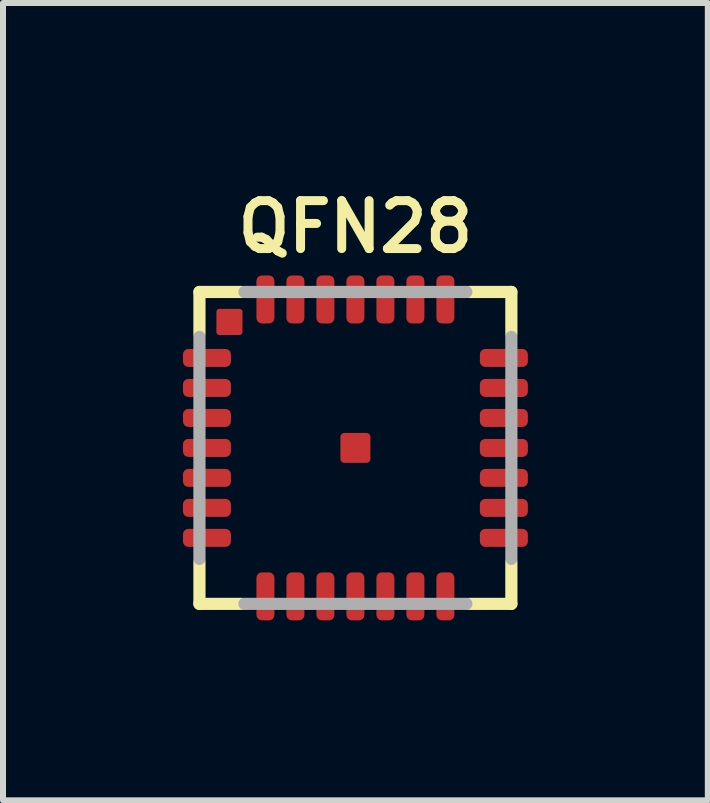
<source format=kicad_pcb>
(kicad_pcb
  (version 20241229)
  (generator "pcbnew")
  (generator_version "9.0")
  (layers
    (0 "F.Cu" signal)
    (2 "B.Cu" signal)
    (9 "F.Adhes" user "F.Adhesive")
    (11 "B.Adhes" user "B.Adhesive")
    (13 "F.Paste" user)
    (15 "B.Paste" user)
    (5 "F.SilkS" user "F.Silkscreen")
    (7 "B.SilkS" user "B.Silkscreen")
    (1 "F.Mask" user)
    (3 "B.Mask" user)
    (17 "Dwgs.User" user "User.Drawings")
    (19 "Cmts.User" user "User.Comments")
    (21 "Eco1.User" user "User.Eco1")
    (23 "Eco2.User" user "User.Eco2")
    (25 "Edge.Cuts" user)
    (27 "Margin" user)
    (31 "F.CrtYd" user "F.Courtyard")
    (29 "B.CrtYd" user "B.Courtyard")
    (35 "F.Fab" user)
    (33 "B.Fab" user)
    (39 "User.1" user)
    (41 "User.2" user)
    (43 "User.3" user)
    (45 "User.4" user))
  (footprint "QFN28"
    (layer "F.Cu")
    (at 2.875 4.417)
    (property "Reference" "QFN28" (at -0.000005 -3.685 0) (layer "F.SilkS") (effects (font (size 0.8 0.8) (thickness 0.15))))
    (attr through_hole)
    (fp_poly (pts (xy -1.703 -1.7) (xy 1.7 -1.7) (xy 1.7 1.703) (xy -1.703 1.703)) (stroke (width 0.01) (type solid)) (fill yes) (layer "F.Mask"))
    (fp_line (start -2.6 -1.9) (end -2.6 -2.6) (stroke (width 0.203) (type solid)) (layer "F.SilkS"))
    (fp_line (start -2.6 2.6) (end -2.6 1.9) (stroke (width 0.203) (type solid)) (layer "F.SilkS"))
    (fp_line (start -2.6 2.6) (end -1.9 2.6) (stroke (width 0.203) (type solid)) (layer "F.SilkS"))
    (fp_line (start -1.9 -2.6) (end -2.6 -2.6) (stroke (width 0.203) (type solid)) (layer "F.SilkS"))
    (fp_line (start 1.9 2.6) (end 2.6 2.6) (stroke (width 0.203) (type solid)) (layer "F.SilkS"))
    (fp_line (start 2.6 -2.6) (end 1.9 -2.6) (stroke (width 0.203) (type solid)) (layer "F.SilkS"))
    (fp_line (start 2.6 -2.6) (end 2.6 -1.9) (stroke (width 0.203) (type solid)) (layer "F.SilkS"))
    (fp_line (start 2.6 1.9) (end 2.6 2.6) (stroke (width 0.203) (type solid)) (layer "F.SilkS"))
    (fp_poly (pts (xy -1.251 0.75) (xy -0.75 0.75) (xy -0.75 1.251) (xy -1.251 1.251)) (stroke (width 0.01) (type solid)) (fill yes) (layer "F.Paste"))
    (fp_poly (pts (xy -1.251 -0.25) (xy -0.75 -0.25) (xy -0.75 0.25) (xy -1.251 0.25)) (stroke (width 0.01) (type solid)) (fill yes) (layer "F.Paste"))
    (fp_poly (pts (xy -1.25 -1.25) (xy -0.75 -1.25) (xy -0.75 -0.75) (xy -1.25 -0.75)) (stroke (width 0.01) (type solid)) (fill yes) (layer "F.Paste"))
    (fp_poly (pts (xy -0.25 0.75) (xy 0.25 0.75) (xy 0.25 1.252) (xy -0.25 1.252)) (stroke (width 0.01) (type solid)) (fill yes) (layer "F.Paste"))
    (fp_poly (pts (xy -0.25 -1.25) (xy 0.25 -1.25) (xy 0.25 -0.75) (xy -0.25 -0.75)) (stroke (width 0.01) (type solid)) (fill yes) (layer "F.Paste"))
    (fp_poly (pts (xy 0.75 0.75) (xy 1.25 0.75) (xy 1.25 1.25) (xy 0.75 1.25)) (stroke (width 0.01) (type solid)) (fill yes) (layer "F.Paste"))
    (fp_poly (pts (xy 0.751 -1.25) (xy 1.25 -1.25) (xy 1.25 -0.751) (xy 0.751 -0.751)) (stroke (width 0.01) (type solid)) (fill yes) (layer "F.Paste"))
    (fp_poly (pts (xy 0.751 -0.25) (xy 1.25 -0.25) (xy 1.25 0.25) (xy 0.751 0.25)) (stroke (width 0.01) (type solid)) (fill yes) (layer "F.Paste"))
    (fp_line (start -2.6 1.85) (end -2.6 -1.85) (stroke (width 0.203) (type solid)) (layer "F.Fab"))
    (fp_line (start 1.85 -2.6) (end -1.85 -2.6) (stroke (width 0.203) (type solid)) (layer "F.Fab"))
    (fp_line (start 1.85 2.6) (end -1.85 2.6) (stroke (width 0.203) (type solid)) (layer "F.Fab"))
    (fp_line (start 2.6 -1.85) (end 2.6 1.85) (stroke (width 0.203) (type solid)) (layer "F.Fab"))
    (pad "1" smd roundrect (at -2.475 -1.5) (size 0.8 0.3) (layers "F.Cu" "F.Mask" "F.Paste") (roundrect_rratio 0.3))
    (pad "2" smd roundrect (at -2.475 -1) (size 0.8 0.3) (layers "F.Cu" "F.Mask" "F.Paste") (roundrect_rratio 0.3))
    (pad "3" smd roundrect (at -2.475 -0.5) (size 0.8 0.3) (layers "F.Cu" "F.Mask" "F.Paste") (roundrect_rratio 0.3))
    (pad "4" smd roundrect (at -2.475 0) (size 0.8 0.3) (layers "F.Cu" "F.Mask" "F.Paste") (roundrect_rratio 0.3))
    (pad "5" smd roundrect (at -2.475 0.5) (size 0.8 0.3) (layers "F.Cu" "F.Mask" "F.Paste") (roundrect_rratio 0.3))
    (pad "6" smd roundrect (at -2.475 1) (size 0.8 0.3) (layers "F.Cu" "F.Mask" "F.Paste") (roundrect_rratio 0.3))
    (pad "7" smd roundrect (at -2.475 1.5) (size 0.8 0.3) (layers "F.Cu" "F.Mask" "F.Paste") (roundrect_rratio 0.3))
    (pad "8" smd roundrect (at -1.5 2.475) (size 0.3 0.8) (layers "F.Cu" "F.Mask" "F.Paste") (roundrect_rratio 0.3))
    (pad "9" smd roundrect (at -1 2.475) (size 0.3 0.8) (layers "F.Cu" "F.Mask" "F.Paste") (roundrect_rratio 0.3))
    (pad "10" smd roundrect (at -0.5 2.475) (size 0.3 0.8) (layers "F.Cu" "F.Mask" "F.Paste") (roundrect_rratio 0.3))
    (pad "11" smd roundrect (at 0 2.475) (size 0.3 0.8) (layers "F.Cu" "F.Mask" "F.Paste") (roundrect_rratio 0.3))
    (pad "12" smd roundrect (at 0.5 2.475) (size 0.3 0.8) (layers "F.Cu" "F.Mask" "F.Paste") (roundrect_rratio 0.3))
    (pad "13" smd roundrect (at 1 2.475) (size 0.3 0.8) (layers "F.Cu" "F.Mask" "F.Paste") (roundrect_rratio 0.3))
    (pad "14" smd roundrect (at 1.5 2.475) (size 0.3 0.8) (layers "F.Cu" "F.Mask" "F.Paste") (roundrect_rratio 0.3))
    (pad "15" smd roundrect (at 2.475 1.5) (size 0.8 0.3) (layers "F.Cu" "F.Mask" "F.Paste") (roundrect_rratio 0.3))
    (pad "16" smd roundrect (at 2.475 1) (size 0.8 0.3) (layers "F.Cu" "F.Mask" "F.Paste") (roundrect_rratio 0.3))
    (pad "17" smd roundrect (at 2.475 0.5) (size 0.8 0.3) (layers "F.Cu" "F.Mask" "F.Paste") (roundrect_rratio 0.3))
    (pad "18" smd roundrect (at 2.475 0) (size 0.8 0.3) (layers "F.Cu" "F.Mask" "F.Paste") (roundrect_rratio 0.3))
    (pad "19" smd roundrect (at 2.475 -0.5) (size 0.8 0.3) (layers "F.Cu" "F.Mask" "F.Paste") (roundrect_rratio 0.3))
    (pad "20" smd roundrect (at 2.475 -1) (size 0.8 0.3) (layers "F.Cu" "F.Mask" "F.Paste") (roundrect_rratio 0.3))
    (pad "21" smd roundrect (at 2.475 -1.5) (size 0.8 0.3) (layers "F.Cu" "F.Mask" "F.Paste") (roundrect_rratio 0.3))
    (pad "22" smd roundrect (at 1.5 -2.475) (size 0.3 0.8) (layers "F.Cu" "F.Mask" "F.Paste") (roundrect_rratio 0.3))
    (pad "23" smd roundrect (at 1 -2.475) (size 0.3 0.8) (layers "F.Cu" "F.Mask" "F.Paste") (roundrect_rratio 0.3))
    (pad "24" smd roundrect (at 0.5 -2.475) (size 0.3 0.8) (layers "F.Cu" "F.Mask" "F.Paste") (roundrect_rratio 0.3))
    (pad "25" smd roundrect (at 0 -2.475) (size 0.3 0.8) (layers "F.Cu" "F.Mask" "F.Paste") (roundrect_rratio 0.3))
    (pad "26" smd roundrect (at -0.5 -2.475) (size 0.3 0.8) (layers "F.Cu" "F.Mask" "F.Paste") (roundrect_rratio 0.3))
    (pad "27" smd roundrect (at -1 -2.475) (size 0.3 0.8) (layers "F.Cu" "F.Mask" "F.Paste") (roundrect_rratio 0.3))
    (pad "28" smd roundrect (at -1.5 -2.475) (size 0.3 0.8) (layers "F.Cu" "F.Mask" "F.Paste") (roundrect_rratio 0.3))
    (pad "29" smd roundrect (at -2.1 -2.1) (size 0.435 0.435) (layers "F.Cu" "F.Mask" "F.Paste") (roundrect_rratio 0.11))
    (pad "30" smd roundrect (at 0 0) (size 0.5 0.5) (layers "F.Cu" "F.Paste") (roundrect_rratio 0.13)))
  (gr_rect
    (start -3 -3)
    (end 8.75 10.292)
    (stroke (width 0.1) (type default))
    (fill no)
    (layer "Edge.Cuts")))
</source>
